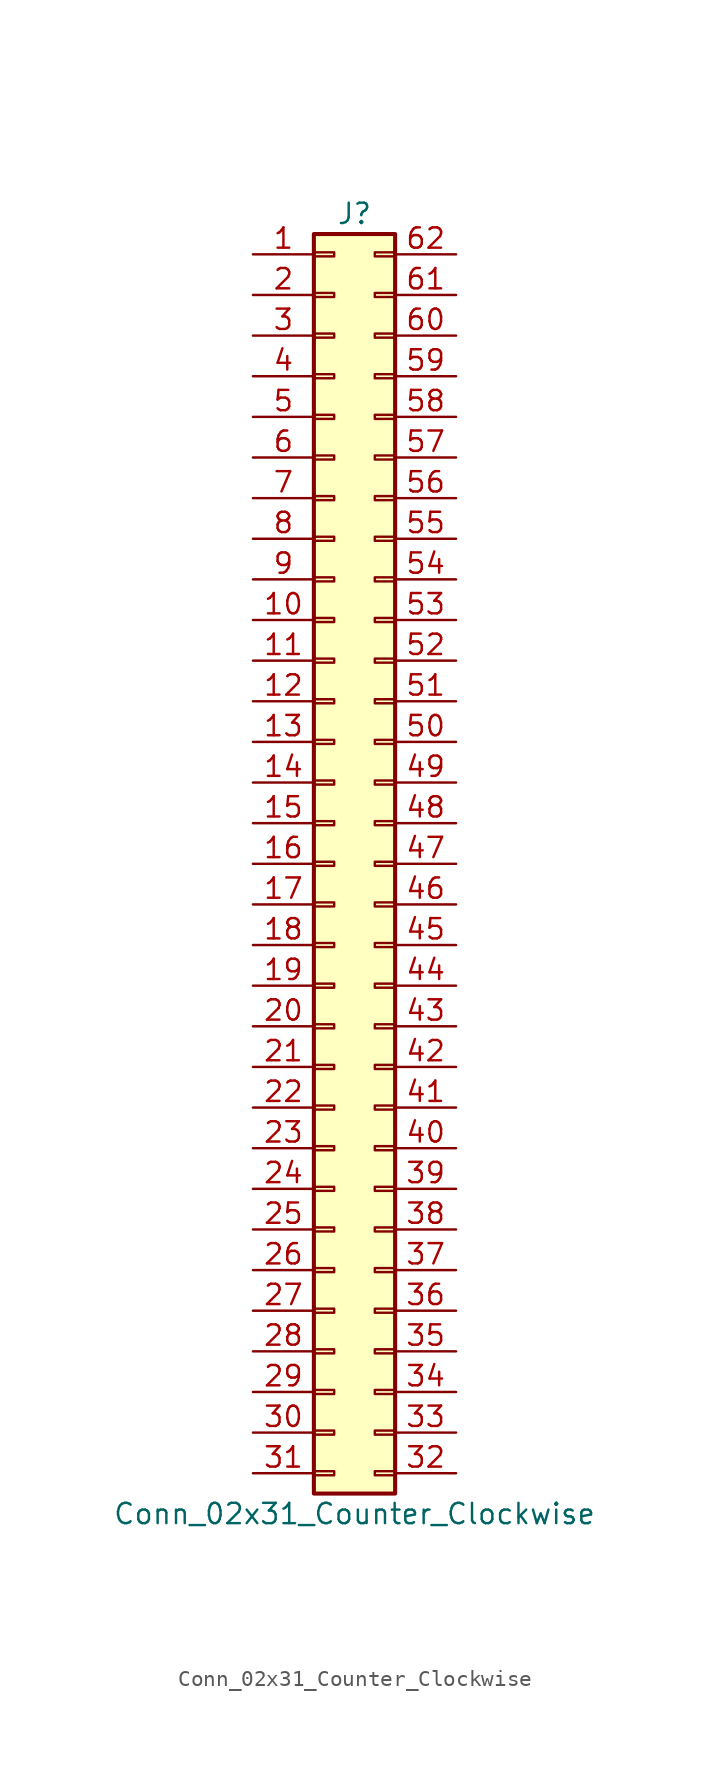
<source format=kicad_sym>
(kicad_symbol_lib
  (version 20201005)
  (generator kicad_symbol_editor)
  (symbol "Connector_Generic:Conn_02x31_Counter_Clockwise"
    (pin_names
      (offset 1.016) hide)
    (property "Reference" "J"
      (at 1.27 40.64 0)
      (effects (font (size 1.27 1.27))))
    (property "Value" "Conn_02x31_Counter_Clockwise"
      (at 1.27 -40.64 0)
      (effects (font (size 1.27 1.27))))
    (symbol "Conn_02x31_Counter_Clockwise_1_1"
      (rectangle (start -1.27 -27.813) (end 0 -28.067) (stroke (width 0.152)) (fill (type none)))
      (rectangle (start -1.27 -30.353) (end 0 -30.607) (stroke (width 0.152)) (fill (type none)))
      (rectangle (start -1.27 -32.893) (end 0 -33.147) (stroke (width 0.152)) (fill (type none)))
      (rectangle (start -1.27 -35.433) (end 0 -35.687) (stroke (width 0.152)) (fill (type none)))
      (rectangle (start -1.27 -37.973) (end 0 -38.227) (stroke (width 0.152)) (fill (type none)))
      (rectangle (start -1.27 -4.953) (end 0 -5.207) (stroke (width 0.152)) (fill (type none)))
      (rectangle (start -1.27 -7.493) (end 0 -7.747) (stroke (width 0.152)) (fill (type none)))
      (rectangle (start -1.27 -10.033) (end 0 -10.287) (stroke (width 0.152)) (fill (type none)))
      (rectangle (start -1.27 -12.573) (end 0 -12.827) (stroke (width 0.152)) (fill (type none)))
      (rectangle (start -1.27 -15.113) (end 0 -15.367) (stroke (width 0.152)) (fill (type none)))
      (rectangle (start -1.27 -17.653) (end 0 -17.907) (stroke (width 0.152)) (fill (type none)))
      (rectangle (start -1.27 -20.193) (end 0 -20.447) (stroke (width 0.152)) (fill (type none)))
      (rectangle (start -1.27 -22.733) (end 0 -22.987) (stroke (width 0.152)) (fill (type none)))
      (rectangle (start -1.27 -2.413) (end 0 -2.667) (stroke (width 0.152)) (fill (type none)))
      (rectangle (start -1.27 -25.273) (end 0 -25.527) (stroke (width 0.152)) (fill (type none)))
      (rectangle (start -1.27 25.527) (end 0 25.273) (stroke (width 0.152)) (fill (type none)))
      (rectangle (start -1.27 2.667) (end 0 2.413) (stroke (width 0.152)) (fill (type none)))
      (rectangle (start -1.27 28.067) (end 0 27.813) (stroke (width 0.152)) (fill (type none)))
      (rectangle (start -1.27 30.607) (end 0 30.353) (stroke (width 0.152)) (fill (type none)))
      (rectangle (start -1.27 33.147) (end 0 32.893) (stroke (width 0.152)) (fill (type none)))
      (rectangle (start -1.27 35.687) (end 0 35.433) (stroke (width 0.152)) (fill (type none)))
      (rectangle (start -1.27 38.227) (end 0 37.973) (stroke (width 0.152)) (fill (type none)))
      (rectangle (start -1.27 39.37) (end 3.81 -39.37) (stroke (width 0.254)) (fill (type background)))
      (rectangle (start -1.27 5.207) (end 0 4.953) (stroke (width 0.152)) (fill (type none)))
      (rectangle (start -1.27 7.747) (end 0 7.493) (stroke (width 0.152)) (fill (type none)))
      (rectangle (start -1.27 10.287) (end 0 10.033) (stroke (width 0.152)) (fill (type none)))
      (rectangle (start -1.27 0.127) (end 0 -0.127) (stroke (width 0.152)) (fill (type none)))
      (rectangle (start -1.27 12.827) (end 0 12.573) (stroke (width 0.152)) (fill (type none)))
      (rectangle (start -1.27 15.367) (end 0 15.113) (stroke (width 0.152)) (fill (type none)))
      (rectangle (start -1.27 17.907) (end 0 17.653) (stroke (width 0.152)) (fill (type none)))
      (rectangle (start -1.27 20.447) (end 0 20.193) (stroke (width 0.152)) (fill (type none)))
      (rectangle (start -1.27 22.987) (end 0 22.733) (stroke (width 0.152)) (fill (type none)))
      (rectangle (start 3.81 -27.813) (end 2.54 -28.067) (stroke (width 0.152)) (fill (type none)))
      (rectangle (start 3.81 -30.353) (end 2.54 -30.607) (stroke (width 0.152)) (fill (type none)))
      (rectangle (start 3.81 -32.893) (end 2.54 -33.147) (stroke (width 0.152)) (fill (type none)))
      (rectangle (start 3.81 -35.433) (end 2.54 -35.687) (stroke (width 0.152)) (fill (type none)))
      (rectangle (start 3.81 -37.973) (end 2.54 -38.227) (stroke (width 0.152)) (fill (type none)))
      (rectangle (start 3.81 -4.953) (end 2.54 -5.207) (stroke (width 0.152)) (fill (type none)))
      (rectangle (start 3.81 -7.493) (end 2.54 -7.747) (stroke (width 0.152)) (fill (type none)))
      (rectangle (start 3.81 -10.033) (end 2.54 -10.287) (stroke (width 0.152)) (fill (type none)))
      (rectangle (start 3.81 -12.573) (end 2.54 -12.827) (stroke (width 0.152)) (fill (type none)))
      (rectangle (start 3.81 -15.113) (end 2.54 -15.367) (stroke (width 0.152)) (fill (type none)))
      (rectangle (start 3.81 -17.653) (end 2.54 -17.907) (stroke (width 0.152)) (fill (type none)))
      (rectangle (start 3.81 -20.193) (end 2.54 -20.447) (stroke (width 0.152)) (fill (type none)))
      (rectangle (start 3.81 -22.733) (end 2.54 -22.987) (stroke (width 0.152)) (fill (type none)))
      (rectangle (start 3.81 -2.413) (end 2.54 -2.667) (stroke (width 0.152)) (fill (type none)))
      (rectangle (start 3.81 -25.273) (end 2.54 -25.527) (stroke (width 0.152)) (fill (type none)))
      (rectangle (start 3.81 25.527) (end 2.54 25.273) (stroke (width 0.152)) (fill (type none)))
      (rectangle (start 3.81 2.667) (end 2.54 2.413) (stroke (width 0.152)) (fill (type none)))
      (rectangle (start 3.81 28.067) (end 2.54 27.813) (stroke (width 0.152)) (fill (type none)))
      (rectangle (start 3.81 30.607) (end 2.54 30.353) (stroke (width 0.152)) (fill (type none)))
      (rectangle (start 3.81 33.147) (end 2.54 32.893) (stroke (width 0.152)) (fill (type none)))
      (rectangle (start 3.81 35.687) (end 2.54 35.433) (stroke (width 0.152)) (fill (type none)))
      (rectangle (start 3.81 38.227) (end 2.54 37.973) (stroke (width 0.152)) (fill (type none)))
      (rectangle (start 3.81 5.207) (end 2.54 4.953) (stroke (width 0.152)) (fill (type none)))
      (rectangle (start 3.81 7.747) (end 2.54 7.493) (stroke (width 0.152)) (fill (type none)))
      (rectangle (start 3.81 10.287) (end 2.54 10.033) (stroke (width 0.152)) (fill (type none)))
      (rectangle (start 3.81 0.127) (end 2.54 -0.127) (stroke (width 0.152)) (fill (type none)))
      (rectangle (start 3.81 12.827) (end 2.54 12.573) (stroke (width 0.152)) (fill (type none)))
      (rectangle (start 3.81 15.367) (end 2.54 15.113) (stroke (width 0.152)) (fill (type none)))
      (rectangle (start 3.81 17.907) (end 2.54 17.653) (stroke (width 0.152)) (fill (type none)))
      (rectangle (start 3.81 20.447) (end 2.54 20.193) (stroke (width 0.152)) (fill (type none)))
      (rectangle (start 3.81 22.987) (end 2.54 22.733) (stroke (width 0.152)) (fill (type none)))
      (pin passive line (at -5.08 38.1 0) (length 3.81) (name "Pin_1" (effects (font (size 1.27 1.27)))) (number "1" (effects (font (size 1.27 1.27)))))
      (pin passive line (at -5.08 15.24 0) (length 3.81) (name "Pin_10" (effects (font (size 1.27 1.27)))) (number "10" (effects (font (size 1.27 1.27)))))
      (pin passive line (at -5.08 12.7 0) (length 3.81) (name "Pin_11" (effects (font (size 1.27 1.27)))) (number "11" (effects (font (size 1.27 1.27)))))
      (pin passive line (at -5.08 10.16 0) (length 3.81) (name "Pin_12" (effects (font (size 1.27 1.27)))) (number "12" (effects (font (size 1.27 1.27)))))
      (pin passive line (at -5.08 7.62 0) (length 3.81) (name "Pin_13" (effects (font (size 1.27 1.27)))) (number "13" (effects (font (size 1.27 1.27)))))
      (pin passive line (at -5.08 5.08 0) (length 3.81) (name "Pin_14" (effects (font (size 1.27 1.27)))) (number "14" (effects (font (size 1.27 1.27)))))
      (pin passive line (at -5.08 2.54 0) (length 3.81) (name "Pin_15" (effects (font (size 1.27 1.27)))) (number "15" (effects (font (size 1.27 1.27)))))
      (pin passive line (at -5.08 0 0) (length 3.81) (name "Pin_16" (effects (font (size 1.27 1.27)))) (number "16" (effects (font (size 1.27 1.27)))))
      (pin passive line (at -5.08 -2.54 0) (length 3.81) (name "Pin_17" (effects (font (size 1.27 1.27)))) (number "17" (effects (font (size 1.27 1.27)))))
      (pin passive line (at -5.08 -5.08 0) (length 3.81) (name "Pin_18" (effects (font (size 1.27 1.27)))) (number "18" (effects (font (size 1.27 1.27)))))
      (pin passive line (at -5.08 -7.62 0) (length 3.81) (name "Pin_19" (effects (font (size 1.27 1.27)))) (number "19" (effects (font (size 1.27 1.27)))))
      (pin passive line (at -5.08 35.56 0) (length 3.81) (name "Pin_2" (effects (font (size 1.27 1.27)))) (number "2" (effects (font (size 1.27 1.27)))))
      (pin passive line (at -5.08 -10.16 0) (length 3.81) (name "Pin_20" (effects (font (size 1.27 1.27)))) (number "20" (effects (font (size 1.27 1.27)))))
      (pin passive line (at -5.08 -12.7 0) (length 3.81) (name "Pin_21" (effects (font (size 1.27 1.27)))) (number "21" (effects (font (size 1.27 1.27)))))
      (pin passive line (at -5.08 -15.24 0) (length 3.81) (name "Pin_22" (effects (font (size 1.27 1.27)))) (number "22" (effects (font (size 1.27 1.27)))))
      (pin passive line (at -5.08 -17.78 0) (length 3.81) (name "Pin_23" (effects (font (size 1.27 1.27)))) (number "23" (effects (font (size 1.27 1.27)))))
      (pin passive line (at -5.08 -20.32 0) (length 3.81) (name "Pin_24" (effects (font (size 1.27 1.27)))) (number "24" (effects (font (size 1.27 1.27)))))
      (pin passive line (at -5.08 -22.86 0) (length 3.81) (name "Pin_25" (effects (font (size 1.27 1.27)))) (number "25" (effects (font (size 1.27 1.27)))))
      (pin passive line (at -5.08 -25.4 0) (length 3.81) (name "Pin_26" (effects (font (size 1.27 1.27)))) (number "26" (effects (font (size 1.27 1.27)))))
      (pin passive line (at -5.08 -27.94 0) (length 3.81) (name "Pin_27" (effects (font (size 1.27 1.27)))) (number "27" (effects (font (size 1.27 1.27)))))
      (pin passive line (at -5.08 -30.48 0) (length 3.81) (name "Pin_28" (effects (font (size 1.27 1.27)))) (number "28" (effects (font (size 1.27 1.27)))))
      (pin passive line (at -5.08 -33.02 0) (length 3.81) (name "Pin_29" (effects (font (size 1.27 1.27)))) (number "29" (effects (font (size 1.27 1.27)))))
      (pin passive line (at -5.08 33.02 0) (length 3.81) (name "Pin_3" (effects (font (size 1.27 1.27)))) (number "3" (effects (font (size 1.27 1.27)))))
      (pin passive line (at -5.08 -35.56 0) (length 3.81) (name "Pin_30" (effects (font (size 1.27 1.27)))) (number "30" (effects (font (size 1.27 1.27)))))
      (pin passive line (at -5.08 -38.1 0) (length 3.81) (name "Pin_31" (effects (font (size 1.27 1.27)))) (number "31" (effects (font (size 1.27 1.27)))))
      (pin passive line (at 7.62 -38.1 180) (length 3.81) (name "Pin_32" (effects (font (size 1.27 1.27)))) (number "32" (effects (font (size 1.27 1.27)))))
      (pin passive line (at 7.62 -35.56 180) (length 3.81) (name "Pin_33" (effects (font (size 1.27 1.27)))) (number "33" (effects (font (size 1.27 1.27)))))
      (pin passive line (at 7.62 -33.02 180) (length 3.81) (name "Pin_34" (effects (font (size 1.27 1.27)))) (number "34" (effects (font (size 1.27 1.27)))))
      (pin passive line (at 7.62 -30.48 180) (length 3.81) (name "Pin_35" (effects (font (size 1.27 1.27)))) (number "35" (effects (font (size 1.27 1.27)))))
      (pin passive line (at 7.62 -27.94 180) (length 3.81) (name "Pin_36" (effects (font (size 1.27 1.27)))) (number "36" (effects (font (size 1.27 1.27)))))
      (pin passive line (at 7.62 -25.4 180) (length 3.81) (name "Pin_37" (effects (font (size 1.27 1.27)))) (number "37" (effects (font (size 1.27 1.27)))))
      (pin passive line (at 7.62 -22.86 180) (length 3.81) (name "Pin_38" (effects (font (size 1.27 1.27)))) (number "38" (effects (font (size 1.27 1.27)))))
      (pin passive line (at 7.62 -20.32 180) (length 3.81) (name "Pin_39" (effects (font (size 1.27 1.27)))) (number "39" (effects (font (size 1.27 1.27)))))
      (pin passive line (at -5.08 30.48 0) (length 3.81) (name "Pin_4" (effects (font (size 1.27 1.27)))) (number "4" (effects (font (size 1.27 1.27)))))
      (pin passive line (at 7.62 -17.78 180) (length 3.81) (name "Pin_40" (effects (font (size 1.27 1.27)))) (number "40" (effects (font (size 1.27 1.27)))))
      (pin passive line (at 7.62 -15.24 180) (length 3.81) (name "Pin_41" (effects (font (size 1.27 1.27)))) (number "41" (effects (font (size 1.27 1.27)))))
      (pin passive line (at 7.62 -12.7 180) (length 3.81) (name "Pin_42" (effects (font (size 1.27 1.27)))) (number "42" (effects (font (size 1.27 1.27)))))
      (pin passive line (at 7.62 -10.16 180) (length 3.81) (name "Pin_43" (effects (font (size 1.27 1.27)))) (number "43" (effects (font (size 1.27 1.27)))))
      (pin passive line (at 7.62 -7.62 180) (length 3.81) (name "Pin_44" (effects (font (size 1.27 1.27)))) (number "44" (effects (font (size 1.27 1.27)))))
      (pin passive line (at 7.62 -5.08 180) (length 3.81) (name "Pin_45" (effects (font (size 1.27 1.27)))) (number "45" (effects (font (size 1.27 1.27)))))
      (pin passive line (at 7.62 -2.54 180) (length 3.81) (name "Pin_46" (effects (font (size 1.27 1.27)))) (number "46" (effects (font (size 1.27 1.27)))))
      (pin passive line (at 7.62 0 180) (length 3.81) (name "Pin_47" (effects (font (size 1.27 1.27)))) (number "47" (effects (font (size 1.27 1.27)))))
      (pin passive line (at 7.62 2.54 180) (length 3.81) (name "Pin_48" (effects (font (size 1.27 1.27)))) (number "48" (effects (font (size 1.27 1.27)))))
      (pin passive line (at 7.62 5.08 180) (length 3.81) (name "Pin_49" (effects (font (size 1.27 1.27)))) (number "49" (effects (font (size 1.27 1.27)))))
      (pin passive line (at -5.08 27.94 0) (length 3.81) (name "Pin_5" (effects (font (size 1.27 1.27)))) (number "5" (effects (font (size 1.27 1.27)))))
      (pin passive line (at 7.62 7.62 180) (length 3.81) (name "Pin_50" (effects (font (size 1.27 1.27)))) (number "50" (effects (font (size 1.27 1.27)))))
      (pin passive line (at 7.62 10.16 180) (length 3.81) (name "Pin_51" (effects (font (size 1.27 1.27)))) (number "51" (effects (font (size 1.27 1.27)))))
      (pin passive line (at 7.62 12.7 180) (length 3.81) (name "Pin_52" (effects (font (size 1.27 1.27)))) (number "52" (effects (font (size 1.27 1.27)))))
      (pin passive line (at 7.62 15.24 180) (length 3.81) (name "Pin_53" (effects (font (size 1.27 1.27)))) (number "53" (effects (font (size 1.27 1.27)))))
      (pin passive line (at 7.62 17.78 180) (length 3.81) (name "Pin_54" (effects (font (size 1.27 1.27)))) (number "54" (effects (font (size 1.27 1.27)))))
      (pin passive line (at 7.62 20.32 180) (length 3.81) (name "Pin_55" (effects (font (size 1.27 1.27)))) (number "55" (effects (font (size 1.27 1.27)))))
      (pin passive line (at 7.62 22.86 180) (length 3.81) (name "Pin_56" (effects (font (size 1.27 1.27)))) (number "56" (effects (font (size 1.27 1.27)))))
      (pin passive line (at 7.62 25.4 180) (length 3.81) (name "Pin_57" (effects (font (size 1.27 1.27)))) (number "57" (effects (font (size 1.27 1.27)))))
      (pin passive line (at 7.62 27.94 180) (length 3.81) (name "Pin_58" (effects (font (size 1.27 1.27)))) (number "58" (effects (font (size 1.27 1.27)))))
      (pin passive line (at 7.62 30.48 180) (length 3.81) (name "Pin_59" (effects (font (size 1.27 1.27)))) (number "59" (effects (font (size 1.27 1.27)))))
      (pin passive line (at -5.08 25.4 0) (length 3.81) (name "Pin_6" (effects (font (size 1.27 1.27)))) (number "6" (effects (font (size 1.27 1.27)))))
      (pin passive line (at 7.62 33.02 180) (length 3.81) (name "Pin_60" (effects (font (size 1.27 1.27)))) (number "60" (effects (font (size 1.27 1.27)))))
      (pin passive line (at 7.62 35.56 180) (length 3.81) (name "Pin_61" (effects (font (size 1.27 1.27)))) (number "61" (effects (font (size 1.27 1.27)))))
      (pin passive line (at 7.62 38.1 180) (length 3.81) (name "Pin_62" (effects (font (size 1.27 1.27)))) (number "62" (effects (font (size 1.27 1.27)))))
      (pin passive line (at -5.08 22.86 0) (length 3.81) (name "Pin_7" (effects (font (size 1.27 1.27)))) (number "7" (effects (font (size 1.27 1.27)))))
      (pin passive line (at -5.08 20.32 0) (length 3.81) (name "Pin_8" (effects (font (size 1.27 1.27)))) (number "8" (effects (font (size 1.27 1.27)))))
      (pin passive line (at -5.08 17.78 0) (length 3.81) (name "Pin_9" (effects (font (size 1.27 1.27)))) (number "9" (effects (font (size 1.27 1.27))))))))
</source>
